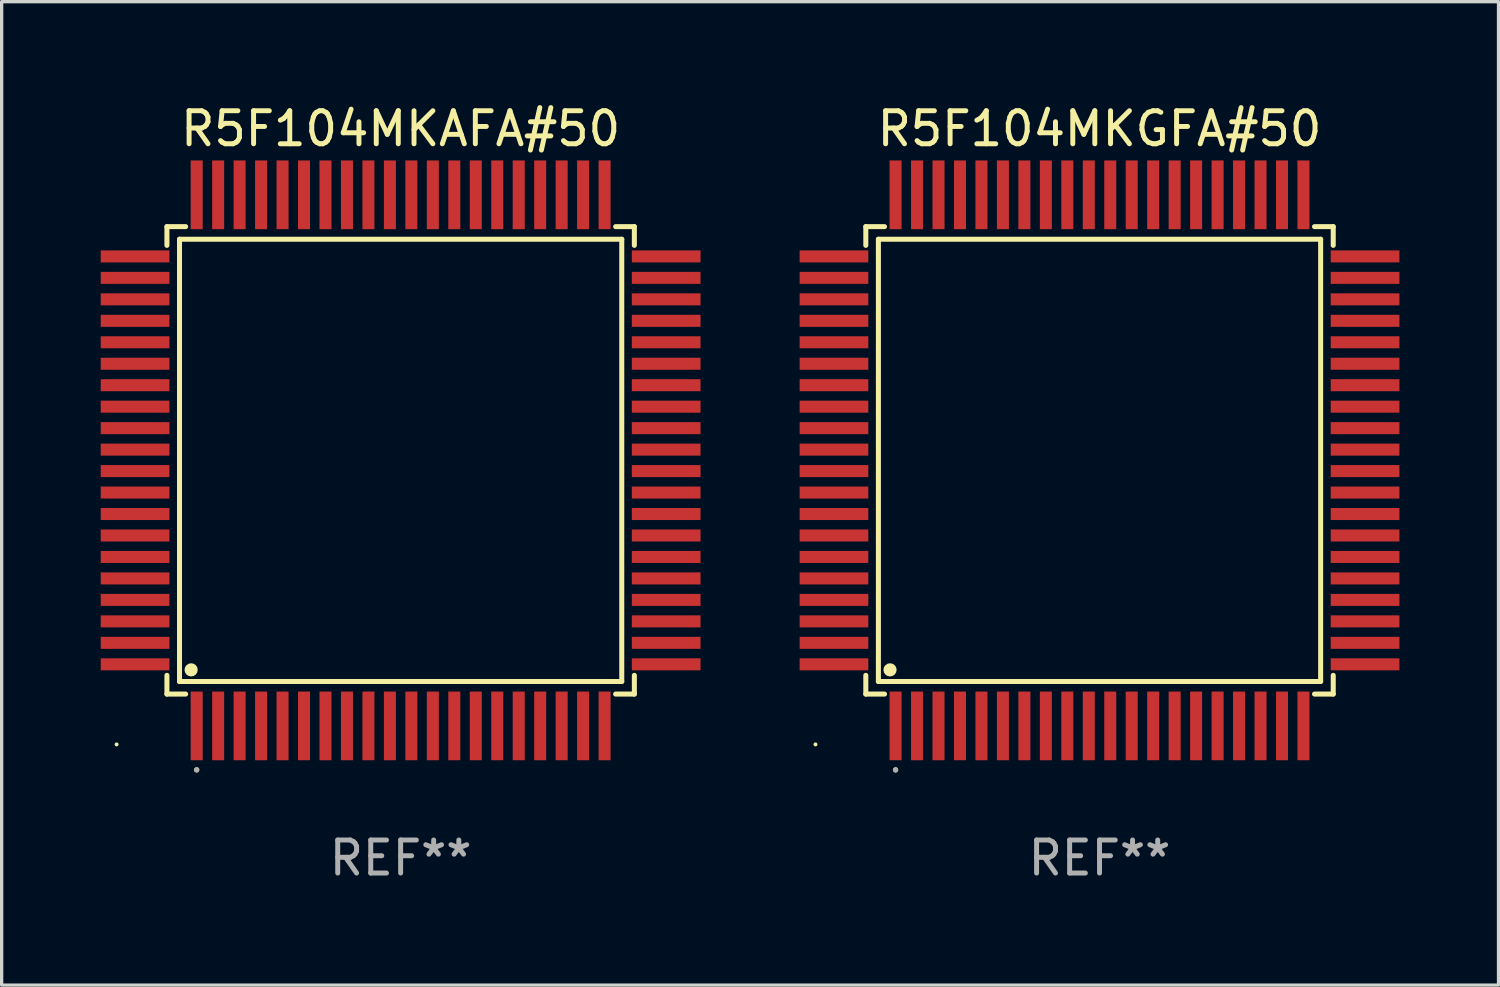
<source format=kicad_pcb>
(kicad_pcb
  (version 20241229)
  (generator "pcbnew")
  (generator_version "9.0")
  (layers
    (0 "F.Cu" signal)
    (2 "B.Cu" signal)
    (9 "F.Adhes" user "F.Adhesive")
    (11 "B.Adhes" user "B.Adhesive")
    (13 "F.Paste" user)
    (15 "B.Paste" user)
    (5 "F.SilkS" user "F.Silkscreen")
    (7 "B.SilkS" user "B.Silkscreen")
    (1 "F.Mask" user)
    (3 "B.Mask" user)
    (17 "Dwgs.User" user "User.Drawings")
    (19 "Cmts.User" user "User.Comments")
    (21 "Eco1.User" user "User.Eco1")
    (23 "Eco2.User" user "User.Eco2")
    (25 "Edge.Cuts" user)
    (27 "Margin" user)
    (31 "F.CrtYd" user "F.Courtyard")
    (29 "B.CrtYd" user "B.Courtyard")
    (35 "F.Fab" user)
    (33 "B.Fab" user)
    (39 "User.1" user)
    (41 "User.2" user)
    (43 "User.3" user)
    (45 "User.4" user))
  (footprint "R5F104MKGFA#50"
    (layer "F.Cu")
    (at 30.24 10.888)
    (property "Reference" "R5F104MKGFA#50" (at 0 -10.04 0) (layer "F.SilkS") (effects (font (size 1 1) (thickness 0.15))))
    (attr through_hole)
    (fp_line (start -7.076 -7.076) (end -7.076 -6.509) (stroke (width 0.152) (type solid)) (layer "F.SilkS"))
    (fp_line (start -7.076 7.076) (end -7.076 6.509) (stroke (width 0.152) (type solid)) (layer "F.SilkS"))
    (fp_line (start -6.695 -6.695) (end 6.695 -6.695) (stroke (width 0.152) (type solid)) (layer "F.SilkS"))
    (fp_line (start -6.695 6.695) (end -6.695 -6.695) (stroke (width 0.152) (type solid)) (layer "F.SilkS"))
    (fp_line (start -6.509 -7.076) (end -7.076 -7.076) (stroke (width 0.152) (type solid)) (layer "F.SilkS"))
    (fp_line (start -6.509 7.076) (end -7.076 7.076) (stroke (width 0.152) (type solid)) (layer "F.SilkS"))
    (fp_line (start 6.509 -7.076) (end 7.076 -7.076) (stroke (width 0.152) (type solid)) (layer "F.SilkS"))
    (fp_line (start 6.509 7.076) (end 7.076 7.076) (stroke (width 0.152) (type solid)) (layer "F.SilkS"))
    (fp_line (start 6.695 -6.695) (end 6.695 6.695) (stroke (width 0.152) (type solid)) (layer "F.SilkS"))
    (fp_line (start 6.695 6.695) (end -6.695 6.695) (stroke (width 0.152) (type solid)) (layer "F.SilkS"))
    (fp_line (start 7.076 -7.076) (end 7.076 -6.509) (stroke (width 0.152) (type solid)) (layer "F.SilkS"))
    (fp_line (start 7.076 7.076) (end 7.076 6.509) (stroke (width 0.152) (type solid)) (layer "F.SilkS"))
    (fp_circle (center -8.6 8.6) (end -8.57 8.6) (stroke (width 0.06) (type solid)) (fill no) (layer "F.SilkS"))
    (fp_circle (center -6.343 6.343) (end -6.243 6.343) (stroke (width 0.2) (type solid)) (fill no) (layer "F.SilkS"))
    (fp_circle (center -6.175 9.371) (end -6.135 9.371) (stroke (width 0.08) (type solid)) (fill no) (layer "F.SilkS"))
    (fp_circle (center -6.175 9.371) (end -6.135 9.371) (stroke (width 0.08) (type solid)) (fill no) (layer "F.Fab"))
    (fp_text user "REF**" (at 0 12.04 0) (layer "F.Fab") (effects (font (size 1 1) (thickness 0.15))))
    (pad "1" smd rect (at -6.175 8.04) (size 0.364 2.08) (layers "F.Cu" "F.Mask" "F.Paste"))
    (pad "2" smd rect (at -5.525 8.04) (size 0.364 2.08) (layers "F.Cu" "F.Mask" "F.Paste"))
    (pad "3" smd rect (at -4.875 8.04) (size 0.364 2.08) (layers "F.Cu" "F.Mask" "F.Paste"))
    (pad "4" smd rect (at -4.225 8.04) (size 0.364 2.08) (layers "F.Cu" "F.Mask" "F.Paste"))
    (pad "5" smd rect (at -3.575 8.04) (size 0.364 2.08) (layers "F.Cu" "F.Mask" "F.Paste"))
    (pad "6" smd rect (at -2.925 8.04) (size 0.364 2.08) (layers "F.Cu" "F.Mask" "F.Paste"))
    (pad "7" smd rect (at -2.275 8.04) (size 0.364 2.08) (layers "F.Cu" "F.Mask" "F.Paste"))
    (pad "8" smd rect (at -1.625 8.04) (size 0.364 2.08) (layers "F.Cu" "F.Mask" "F.Paste"))
    (pad "9" smd rect (at -0.975 8.04) (size 0.364 2.08) (layers "F.Cu" "F.Mask" "F.Paste"))
    (pad "10" smd rect (at -0.325 8.04) (size 0.364 2.08) (layers "F.Cu" "F.Mask" "F.Paste"))
    (pad "11" smd rect (at 0.325 8.04) (size 0.364 2.08) (layers "F.Cu" "F.Mask" "F.Paste"))
    (pad "12" smd rect (at 0.975 8.04) (size 0.364 2.08) (layers "F.Cu" "F.Mask" "F.Paste"))
    (pad "13" smd rect (at 1.625 8.04) (size 0.364 2.08) (layers "F.Cu" "F.Mask" "F.Paste"))
    (pad "14" smd rect (at 2.275 8.04) (size 0.364 2.08) (layers "F.Cu" "F.Mask" "F.Paste"))
    (pad "15" smd rect (at 2.925 8.04) (size 0.364 2.08) (layers "F.Cu" "F.Mask" "F.Paste"))
    (pad "16" smd rect (at 3.575 8.04) (size 0.364 2.08) (layers "F.Cu" "F.Mask" "F.Paste"))
    (pad "17" smd rect (at 4.225 8.04) (size 0.364 2.08) (layers "F.Cu" "F.Mask" "F.Paste"))
    (pad "18" smd rect (at 4.875 8.04) (size 0.364 2.08) (layers "F.Cu" "F.Mask" "F.Paste"))
    (pad "19" smd rect (at 5.525 8.04) (size 0.364 2.08) (layers "F.Cu" "F.Mask" "F.Paste"))
    (pad "20" smd rect (at 6.175 8.04) (size 0.364 2.08) (layers "F.Cu" "F.Mask" "F.Paste"))
    (pad "21" smd rect (at 8.04 6.175) (size 2.08 0.364) (layers "F.Cu" "F.Mask" "F.Paste"))
    (pad "22" smd rect (at 8.04 5.525) (size 2.08 0.364) (layers "F.Cu" "F.Mask" "F.Paste"))
    (pad "23" smd rect (at 8.04 4.875) (size 2.08 0.364) (layers "F.Cu" "F.Mask" "F.Paste"))
    (pad "24" smd rect (at 8.04 4.225) (size 2.08 0.364) (layers "F.Cu" "F.Mask" "F.Paste"))
    (pad "25" smd rect (at 8.04 3.575) (size 2.08 0.364) (layers "F.Cu" "F.Mask" "F.Paste"))
    (pad "26" smd rect (at 8.04 2.925) (size 2.08 0.364) (layers "F.Cu" "F.Mask" "F.Paste"))
    (pad "27" smd rect (at 8.04 2.275) (size 2.08 0.364) (layers "F.Cu" "F.Mask" "F.Paste"))
    (pad "28" smd rect (at 8.04 1.625) (size 2.08 0.364) (layers "F.Cu" "F.Mask" "F.Paste"))
    (pad "29" smd rect (at 8.04 0.975) (size 2.08 0.364) (layers "F.Cu" "F.Mask" "F.Paste"))
    (pad "30" smd rect (at 8.04 0.325) (size 2.08 0.364) (layers "F.Cu" "F.Mask" "F.Paste"))
    (pad "31" smd rect (at 8.04 -0.325) (size 2.08 0.364) (layers "F.Cu" "F.Mask" "F.Paste"))
    (pad "32" smd rect (at 8.04 -0.975) (size 2.08 0.364) (layers "F.Cu" "F.Mask" "F.Paste"))
    (pad "33" smd rect (at 8.04 -1.625) (size 2.08 0.364) (layers "F.Cu" "F.Mask" "F.Paste"))
    (pad "34" smd rect (at 8.04 -2.275) (size 2.08 0.364) (layers "F.Cu" "F.Mask" "F.Paste"))
    (pad "35" smd rect (at 8.04 -2.925) (size 2.08 0.364) (layers "F.Cu" "F.Mask" "F.Paste"))
    (pad "36" smd rect (at 8.04 -3.575) (size 2.08 0.364) (layers "F.Cu" "F.Mask" "F.Paste"))
    (pad "37" smd rect (at 8.04 -4.225) (size 2.08 0.364) (layers "F.Cu" "F.Mask" "F.Paste"))
    (pad "38" smd rect (at 8.04 -4.875) (size 2.08 0.364) (layers "F.Cu" "F.Mask" "F.Paste"))
    (pad "39" smd rect (at 8.04 -5.525) (size 2.08 0.364) (layers "F.Cu" "F.Mask" "F.Paste"))
    (pad "40" smd rect (at 8.04 -6.175) (size 2.08 0.364) (layers "F.Cu" "F.Mask" "F.Paste"))
    (pad "41" smd rect (at 6.175 -8.04) (size 0.364 2.08) (layers "F.Cu" "F.Mask" "F.Paste"))
    (pad "42" smd rect (at 5.525 -8.04) (size 0.364 2.08) (layers "F.Cu" "F.Mask" "F.Paste"))
    (pad "43" smd rect (at 4.875 -8.04) (size 0.364 2.08) (layers "F.Cu" "F.Mask" "F.Paste"))
    (pad "44" smd rect (at 4.225 -8.04) (size 0.364 2.08) (layers "F.Cu" "F.Mask" "F.Paste"))
    (pad "45" smd rect (at 3.575 -8.04) (size 0.364 2.08) (layers "F.Cu" "F.Mask" "F.Paste"))
    (pad "46" smd rect (at 2.925 -8.04) (size 0.364 2.08) (layers "F.Cu" "F.Mask" "F.Paste"))
    (pad "47" smd rect (at 2.275 -8.04) (size 0.364 2.08) (layers "F.Cu" "F.Mask" "F.Paste"))
    (pad "48" smd rect (at 1.625 -8.04) (size 0.364 2.08) (layers "F.Cu" "F.Mask" "F.Paste"))
    (pad "49" smd rect (at 0.975 -8.04) (size 0.364 2.08) (layers "F.Cu" "F.Mask" "F.Paste"))
    (pad "50" smd rect (at 0.325 -8.04) (size 0.364 2.08) (layers "F.Cu" "F.Mask" "F.Paste"))
    (pad "51" smd rect (at -0.325 -8.04) (size 0.364 2.08) (layers "F.Cu" "F.Mask" "F.Paste"))
    (pad "52" smd rect (at -0.975 -8.04) (size 0.364 2.08) (layers "F.Cu" "F.Mask" "F.Paste"))
    (pad "53" smd rect (at -1.625 -8.04) (size 0.364 2.08) (layers "F.Cu" "F.Mask" "F.Paste"))
    (pad "54" smd rect (at -2.275 -8.04) (size 0.364 2.08) (layers "F.Cu" "F.Mask" "F.Paste"))
    (pad "55" smd rect (at -2.925 -8.04) (size 0.364 2.08) (layers "F.Cu" "F.Mask" "F.Paste"))
    (pad "56" smd rect (at -3.575 -8.04) (size 0.364 2.08) (layers "F.Cu" "F.Mask" "F.Paste"))
    (pad "57" smd rect (at -4.225 -8.04) (size 0.364 2.08) (layers "F.Cu" "F.Mask" "F.Paste"))
    (pad "58" smd rect (at -4.875 -8.04) (size 0.364 2.08) (layers "F.Cu" "F.Mask" "F.Paste"))
    (pad "59" smd rect (at -5.525 -8.04) (size 0.364 2.08) (layers "F.Cu" "F.Mask" "F.Paste"))
    (pad "60" smd rect (at -6.175 -8.04) (size 0.364 2.08) (layers "F.Cu" "F.Mask" "F.Paste"))
    (pad "61" smd rect (at -8.04 -6.175) (size 2.08 0.364) (layers "F.Cu" "F.Mask" "F.Paste"))
    (pad "62" smd rect (at -8.04 -5.525) (size 2.08 0.364) (layers "F.Cu" "F.Mask" "F.Paste"))
    (pad "63" smd rect (at -8.04 -4.875) (size 2.08 0.364) (layers "F.Cu" "F.Mask" "F.Paste"))
    (pad "64" smd rect (at -8.04 -4.225) (size 2.08 0.364) (layers "F.Cu" "F.Mask" "F.Paste"))
    (pad "65" smd rect (at -8.04 -3.575) (size 2.08 0.364) (layers "F.Cu" "F.Mask" "F.Paste"))
    (pad "66" smd rect (at -8.04 -2.925) (size 2.08 0.364) (layers "F.Cu" "F.Mask" "F.Paste"))
    (pad "67" smd rect (at -8.04 -2.275) (size 2.08 0.364) (layers "F.Cu" "F.Mask" "F.Paste"))
    (pad "68" smd rect (at -8.04 -1.625) (size 2.08 0.364) (layers "F.Cu" "F.Mask" "F.Paste"))
    (pad "69" smd rect (at -8.04 -0.975) (size 2.08 0.364) (layers "F.Cu" "F.Mask" "F.Paste"))
    (pad "70" smd rect (at -8.04 -0.325) (size 2.08 0.364) (layers "F.Cu" "F.Mask" "F.Paste"))
    (pad "71" smd rect (at -8.04 0.325) (size 2.08 0.364) (layers "F.Cu" "F.Mask" "F.Paste"))
    (pad "72" smd rect (at -8.04 0.975) (size 2.08 0.364) (layers "F.Cu" "F.Mask" "F.Paste"))
    (pad "73" smd rect (at -8.04 1.625) (size 2.08 0.364) (layers "F.Cu" "F.Mask" "F.Paste"))
    (pad "74" smd rect (at -8.04 2.275) (size 2.08 0.364) (layers "F.Cu" "F.Mask" "F.Paste"))
    (pad "75" smd rect (at -8.04 2.925) (size 2.08 0.364) (layers "F.Cu" "F.Mask" "F.Paste"))
    (pad "76" smd rect (at -8.04 3.575) (size 2.08 0.364) (layers "F.Cu" "F.Mask" "F.Paste"))
    (pad "77" smd rect (at -8.04 4.225) (size 2.08 0.364) (layers "F.Cu" "F.Mask" "F.Paste"))
    (pad "78" smd rect (at -8.04 4.875) (size 2.08 0.364) (layers "F.Cu" "F.Mask" "F.Paste"))
    (pad "79" smd rect (at -8.04 5.525) (size 2.08 0.364) (layers "F.Cu" "F.Mask" "F.Paste"))
    (pad "80" smd rect (at -8.04 6.175) (size 2.08 0.364) (layers "F.Cu" "F.Mask" "F.Paste")))
  (footprint "R5F104MKAFA#50"
    (layer "F.Cu")
    (at 9.08 10.888)
    (property "Reference" "R5F104MKAFA#50" (at 0 -10.04 0) (layer "F.SilkS") (effects (font (size 1 1) (thickness 0.15))))
    (attr through_hole)
    (fp_line (start -7.076 -7.076) (end -7.076 -6.509) (stroke (width 0.152) (type solid)) (layer "F.SilkS"))
    (fp_line (start -7.076 7.076) (end -7.076 6.509) (stroke (width 0.152) (type solid)) (layer "F.SilkS"))
    (fp_line (start -6.695 -6.695) (end 6.695 -6.695) (stroke (width 0.152) (type solid)) (layer "F.SilkS"))
    (fp_line (start -6.695 6.695) (end -6.695 -6.695) (stroke (width 0.152) (type solid)) (layer "F.SilkS"))
    (fp_line (start -6.509 -7.076) (end -7.076 -7.076) (stroke (width 0.152) (type solid)) (layer "F.SilkS"))
    (fp_line (start -6.509 7.076) (end -7.076 7.076) (stroke (width 0.152) (type solid)) (layer "F.SilkS"))
    (fp_line (start 6.509 -7.076) (end 7.076 -7.076) (stroke (width 0.152) (type solid)) (layer "F.SilkS"))
    (fp_line (start 6.509 7.076) (end 7.076 7.076) (stroke (width 0.152) (type solid)) (layer "F.SilkS"))
    (fp_line (start 6.695 -6.695) (end 6.695 6.695) (stroke (width 0.152) (type solid)) (layer "F.SilkS"))
    (fp_line (start 6.695 6.695) (end -6.695 6.695) (stroke (width 0.152) (type solid)) (layer "F.SilkS"))
    (fp_line (start 7.076 -7.076) (end 7.076 -6.509) (stroke (width 0.152) (type solid)) (layer "F.SilkS"))
    (fp_line (start 7.076 7.076) (end 7.076 6.509) (stroke (width 0.152) (type solid)) (layer "F.SilkS"))
    (fp_circle (center -8.6 8.6) (end -8.57 8.6) (stroke (width 0.06) (type solid)) (fill no) (layer "F.SilkS"))
    (fp_circle (center -6.343 6.343) (end -6.243 6.343) (stroke (width 0.2) (type solid)) (fill no) (layer "F.SilkS"))
    (fp_circle (center -6.175 9.371) (end -6.135 9.371) (stroke (width 0.08) (type solid)) (fill no) (layer "F.SilkS"))
    (fp_circle (center -6.175 9.371) (end -6.135 9.371) (stroke (width 0.08) (type solid)) (fill no) (layer "F.Fab"))
    (fp_text user "REF**" (at 0 12.04 0) (layer "F.Fab") (effects (font (size 1 1) (thickness 0.15))))
    (pad "1" smd rect (at -6.175 8.04) (size 0.364 2.08) (layers "F.Cu" "F.Mask" "F.Paste"))
    (pad "2" smd rect (at -5.525 8.04) (size 0.364 2.08) (layers "F.Cu" "F.Mask" "F.Paste"))
    (pad "3" smd rect (at -4.875 8.04) (size 0.364 2.08) (layers "F.Cu" "F.Mask" "F.Paste"))
    (pad "4" smd rect (at -4.225 8.04) (size 0.364 2.08) (layers "F.Cu" "F.Mask" "F.Paste"))
    (pad "5" smd rect (at -3.575 8.04) (size 0.364 2.08) (layers "F.Cu" "F.Mask" "F.Paste"))
    (pad "6" smd rect (at -2.925 8.04) (size 0.364 2.08) (layers "F.Cu" "F.Mask" "F.Paste"))
    (pad "7" smd rect (at -2.275 8.04) (size 0.364 2.08) (layers "F.Cu" "F.Mask" "F.Paste"))
    (pad "8" smd rect (at -1.625 8.04) (size 0.364 2.08) (layers "F.Cu" "F.Mask" "F.Paste"))
    (pad "9" smd rect (at -0.975 8.04) (size 0.364 2.08) (layers "F.Cu" "F.Mask" "F.Paste"))
    (pad "10" smd rect (at -0.325 8.04) (size 0.364 2.08) (layers "F.Cu" "F.Mask" "F.Paste"))
    (pad "11" smd rect (at 0.325 8.04) (size 0.364 2.08) (layers "F.Cu" "F.Mask" "F.Paste"))
    (pad "12" smd rect (at 0.975 8.04) (size 0.364 2.08) (layers "F.Cu" "F.Mask" "F.Paste"))
    (pad "13" smd rect (at 1.625 8.04) (size 0.364 2.08) (layers "F.Cu" "F.Mask" "F.Paste"))
    (pad "14" smd rect (at 2.275 8.04) (size 0.364 2.08) (layers "F.Cu" "F.Mask" "F.Paste"))
    (pad "15" smd rect (at 2.925 8.04) (size 0.364 2.08) (layers "F.Cu" "F.Mask" "F.Paste"))
    (pad "16" smd rect (at 3.575 8.04) (size 0.364 2.08) (layers "F.Cu" "F.Mask" "F.Paste"))
    (pad "17" smd rect (at 4.225 8.04) (size 0.364 2.08) (layers "F.Cu" "F.Mask" "F.Paste"))
    (pad "18" smd rect (at 4.875 8.04) (size 0.364 2.08) (layers "F.Cu" "F.Mask" "F.Paste"))
    (pad "19" smd rect (at 5.525 8.04) (size 0.364 2.08) (layers "F.Cu" "F.Mask" "F.Paste"))
    (pad "20" smd rect (at 6.175 8.04) (size 0.364 2.08) (layers "F.Cu" "F.Mask" "F.Paste"))
    (pad "21" smd rect (at 8.04 6.175) (size 2.08 0.364) (layers "F.Cu" "F.Mask" "F.Paste"))
    (pad "22" smd rect (at 8.04 5.525) (size 2.08 0.364) (layers "F.Cu" "F.Mask" "F.Paste"))
    (pad "23" smd rect (at 8.04 4.875) (size 2.08 0.364) (layers "F.Cu" "F.Mask" "F.Paste"))
    (pad "24" smd rect (at 8.04 4.225) (size 2.08 0.364) (layers "F.Cu" "F.Mask" "F.Paste"))
    (pad "25" smd rect (at 8.04 3.575) (size 2.08 0.364) (layers "F.Cu" "F.Mask" "F.Paste"))
    (pad "26" smd rect (at 8.04 2.925) (size 2.08 0.364) (layers "F.Cu" "F.Mask" "F.Paste"))
    (pad "27" smd rect (at 8.04 2.275) (size 2.08 0.364) (layers "F.Cu" "F.Mask" "F.Paste"))
    (pad "28" smd rect (at 8.04 1.625) (size 2.08 0.364) (layers "F.Cu" "F.Mask" "F.Paste"))
    (pad "29" smd rect (at 8.04 0.975) (size 2.08 0.364) (layers "F.Cu" "F.Mask" "F.Paste"))
    (pad "30" smd rect (at 8.04 0.325) (size 2.08 0.364) (layers "F.Cu" "F.Mask" "F.Paste"))
    (pad "31" smd rect (at 8.04 -0.325) (size 2.08 0.364) (layers "F.Cu" "F.Mask" "F.Paste"))
    (pad "32" smd rect (at 8.04 -0.975) (size 2.08 0.364) (layers "F.Cu" "F.Mask" "F.Paste"))
    (pad "33" smd rect (at 8.04 -1.625) (size 2.08 0.364) (layers "F.Cu" "F.Mask" "F.Paste"))
    (pad "34" smd rect (at 8.04 -2.275) (size 2.08 0.364) (layers "F.Cu" "F.Mask" "F.Paste"))
    (pad "35" smd rect (at 8.04 -2.925) (size 2.08 0.364) (layers "F.Cu" "F.Mask" "F.Paste"))
    (pad "36" smd rect (at 8.04 -3.575) (size 2.08 0.364) (layers "F.Cu" "F.Mask" "F.Paste"))
    (pad "37" smd rect (at 8.04 -4.225) (size 2.08 0.364) (layers "F.Cu" "F.Mask" "F.Paste"))
    (pad "38" smd rect (at 8.04 -4.875) (size 2.08 0.364) (layers "F.Cu" "F.Mask" "F.Paste"))
    (pad "39" smd rect (at 8.04 -5.525) (size 2.08 0.364) (layers "F.Cu" "F.Mask" "F.Paste"))
    (pad "40" smd rect (at 8.04 -6.175) (size 2.08 0.364) (layers "F.Cu" "F.Mask" "F.Paste"))
    (pad "41" smd rect (at 6.175 -8.04) (size 0.364 2.08) (layers "F.Cu" "F.Mask" "F.Paste"))
    (pad "42" smd rect (at 5.525 -8.04) (size 0.364 2.08) (layers "F.Cu" "F.Mask" "F.Paste"))
    (pad "43" smd rect (at 4.875 -8.04) (size 0.364 2.08) (layers "F.Cu" "F.Mask" "F.Paste"))
    (pad "44" smd rect (at 4.225 -8.04) (size 0.364 2.08) (layers "F.Cu" "F.Mask" "F.Paste"))
    (pad "45" smd rect (at 3.575 -8.04) (size 0.364 2.08) (layers "F.Cu" "F.Mask" "F.Paste"))
    (pad "46" smd rect (at 2.925 -8.04) (size 0.364 2.08) (layers "F.Cu" "F.Mask" "F.Paste"))
    (pad "47" smd rect (at 2.275 -8.04) (size 0.364 2.08) (layers "F.Cu" "F.Mask" "F.Paste"))
    (pad "48" smd rect (at 1.625 -8.04) (size 0.364 2.08) (layers "F.Cu" "F.Mask" "F.Paste"))
    (pad "49" smd rect (at 0.975 -8.04) (size 0.364 2.08) (layers "F.Cu" "F.Mask" "F.Paste"))
    (pad "50" smd rect (at 0.325 -8.04) (size 0.364 2.08) (layers "F.Cu" "F.Mask" "F.Paste"))
    (pad "51" smd rect (at -0.325 -8.04) (size 0.364 2.08) (layers "F.Cu" "F.Mask" "F.Paste"))
    (pad "52" smd rect (at -0.975 -8.04) (size 0.364 2.08) (layers "F.Cu" "F.Mask" "F.Paste"))
    (pad "53" smd rect (at -1.625 -8.04) (size 0.364 2.08) (layers "F.Cu" "F.Mask" "F.Paste"))
    (pad "54" smd rect (at -2.275 -8.04) (size 0.364 2.08) (layers "F.Cu" "F.Mask" "F.Paste"))
    (pad "55" smd rect (at -2.925 -8.04) (size 0.364 2.08) (layers "F.Cu" "F.Mask" "F.Paste"))
    (pad "56" smd rect (at -3.575 -8.04) (size 0.364 2.08) (layers "F.Cu" "F.Mask" "F.Paste"))
    (pad "57" smd rect (at -4.225 -8.04) (size 0.364 2.08) (layers "F.Cu" "F.Mask" "F.Paste"))
    (pad "58" smd rect (at -4.875 -8.04) (size 0.364 2.08) (layers "F.Cu" "F.Mask" "F.Paste"))
    (pad "59" smd rect (at -5.525 -8.04) (size 0.364 2.08) (layers "F.Cu" "F.Mask" "F.Paste"))
    (pad "60" smd rect (at -6.175 -8.04) (size 0.364 2.08) (layers "F.Cu" "F.Mask" "F.Paste"))
    (pad "61" smd rect (at -8.04 -6.175) (size 2.08 0.364) (layers "F.Cu" "F.Mask" "F.Paste"))
    (pad "62" smd rect (at -8.04 -5.525) (size 2.08 0.364) (layers "F.Cu" "F.Mask" "F.Paste"))
    (pad "63" smd rect (at -8.04 -4.875) (size 2.08 0.364) (layers "F.Cu" "F.Mask" "F.Paste"))
    (pad "64" smd rect (at -8.04 -4.225) (size 2.08 0.364) (layers "F.Cu" "F.Mask" "F.Paste"))
    (pad "65" smd rect (at -8.04 -3.575) (size 2.08 0.364) (layers "F.Cu" "F.Mask" "F.Paste"))
    (pad "66" smd rect (at -8.04 -2.925) (size 2.08 0.364) (layers "F.Cu" "F.Mask" "F.Paste"))
    (pad "67" smd rect (at -8.04 -2.275) (size 2.08 0.364) (layers "F.Cu" "F.Mask" "F.Paste"))
    (pad "68" smd rect (at -8.04 -1.625) (size 2.08 0.364) (layers "F.Cu" "F.Mask" "F.Paste"))
    (pad "69" smd rect (at -8.04 -0.975) (size 2.08 0.364) (layers "F.Cu" "F.Mask" "F.Paste"))
    (pad "70" smd rect (at -8.04 -0.325) (size 2.08 0.364) (layers "F.Cu" "F.Mask" "F.Paste"))
    (pad "71" smd rect (at -8.04 0.325) (size 2.08 0.364) (layers "F.Cu" "F.Mask" "F.Paste"))
    (pad "72" smd rect (at -8.04 0.975) (size 2.08 0.364) (layers "F.Cu" "F.Mask" "F.Paste"))
    (pad "73" smd rect (at -8.04 1.625) (size 2.08 0.364) (layers "F.Cu" "F.Mask" "F.Paste"))
    (pad "74" smd rect (at -8.04 2.275) (size 2.08 0.364) (layers "F.Cu" "F.Mask" "F.Paste"))
    (pad "75" smd rect (at -8.04 2.925) (size 2.08 0.364) (layers "F.Cu" "F.Mask" "F.Paste"))
    (pad "76" smd rect (at -8.04 3.575) (size 2.08 0.364) (layers "F.Cu" "F.Mask" "F.Paste"))
    (pad "77" smd rect (at -8.04 4.225) (size 2.08 0.364) (layers "F.Cu" "F.Mask" "F.Paste"))
    (pad "78" smd rect (at -8.04 4.875) (size 2.08 0.364) (layers "F.Cu" "F.Mask" "F.Paste"))
    (pad "79" smd rect (at -8.04 5.525) (size 2.08 0.364) (layers "F.Cu" "F.Mask" "F.Paste"))
    (pad "80" smd rect (at -8.04 6.175) (size 2.08 0.364) (layers "F.Cu" "F.Mask" "F.Paste")))
  (gr_rect
    (start -3 -3)
    (end 42.32 26.776)
    (stroke (width 0.1) (type default))
    (fill no)
    (layer "Edge.Cuts")))
</source>
